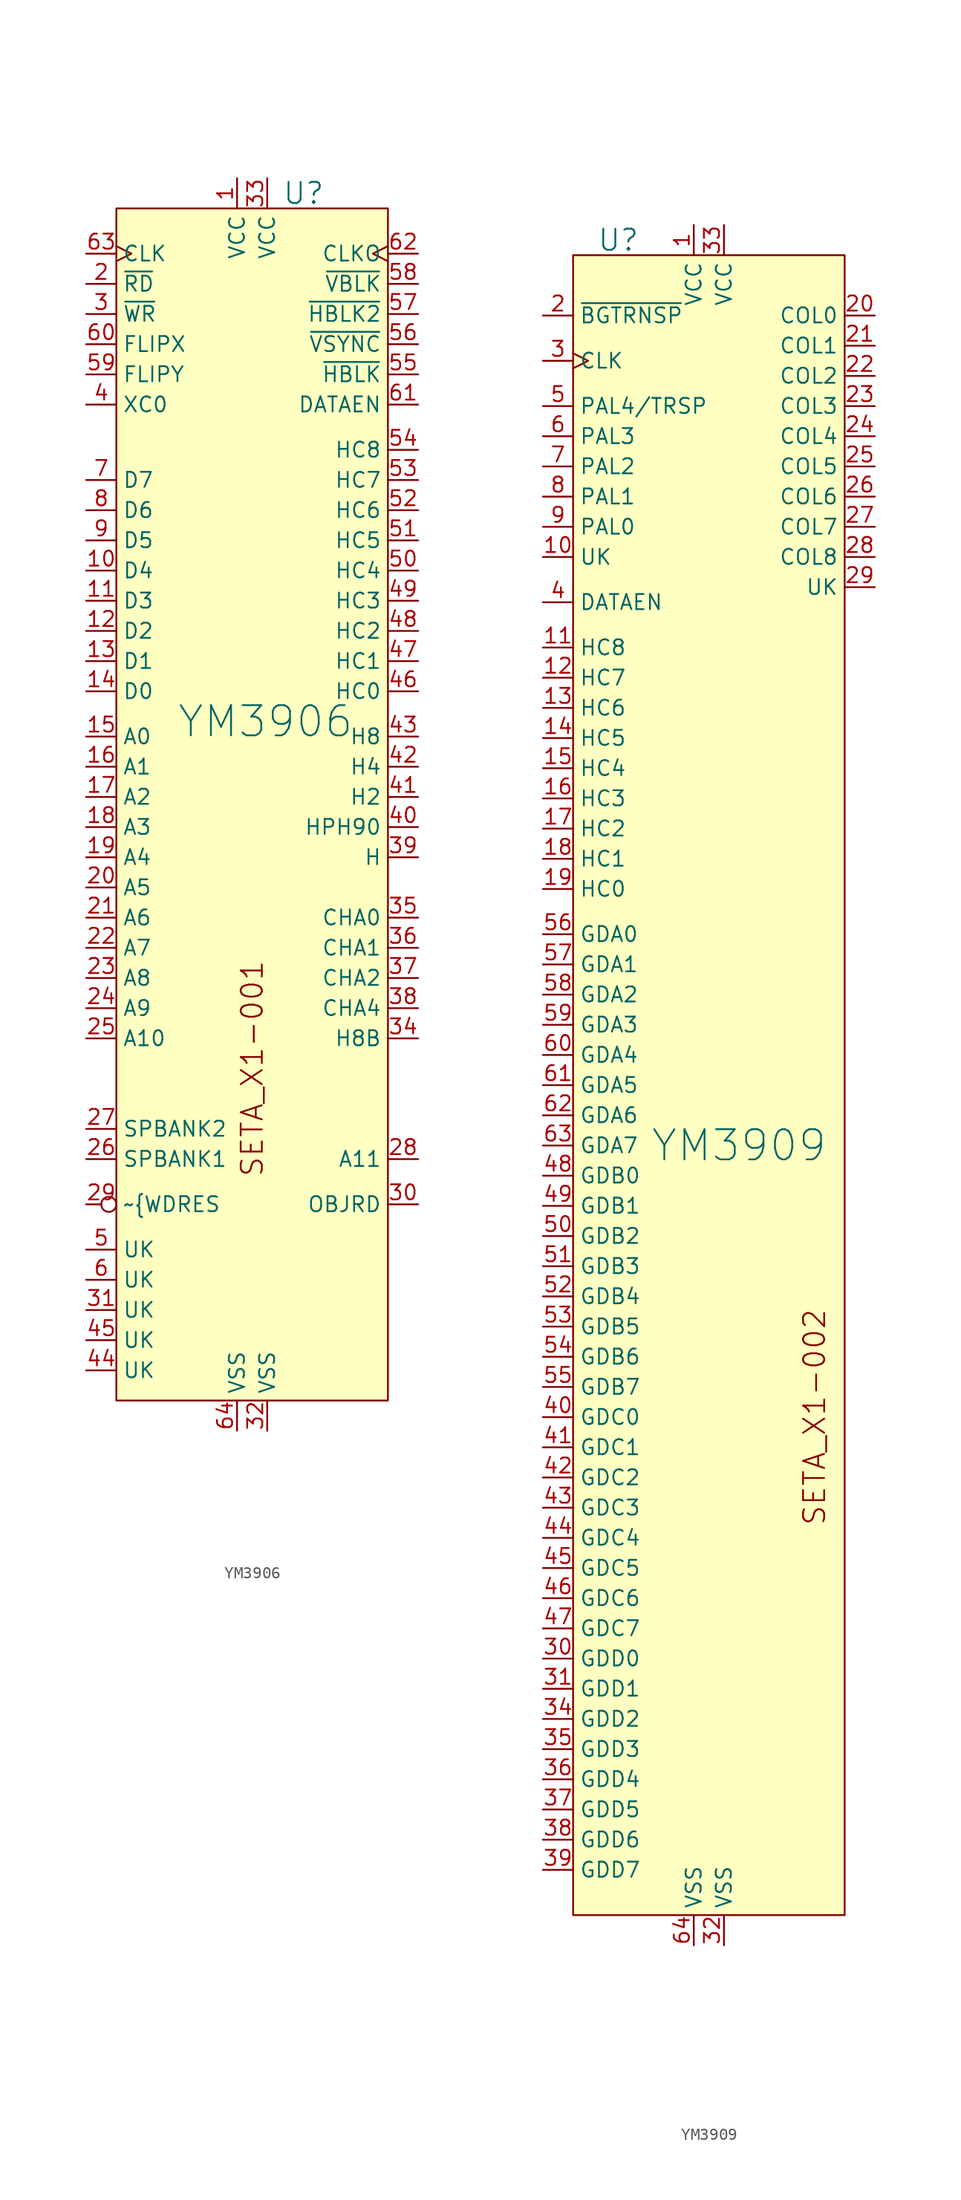
<source format=kicad_sym>
(kicad_symbol_lib
  (version 20211014)
  (generator kicad_symbol_editor)
  (symbol "YM3906"
    (property "Reference" "U"
      (at 2.54 45.72 0)
      (effects (font (size 1.778 1.778)) (justify left)))
    (property "Value" "YM3906"
      (at -6.35 1.27 0)
      (effects (font (size 2.54 2.54)) (justify left)))
    (symbol "YM3906_0_0"
      (text "SETA_X1-001" (at 0 -27.94 900) (effects (font (size 1.778 1.778)))))
    (symbol "YM3906_0_1"
      (rectangle (start -11.43 44.45) (end 11.43 -55.88) (stroke (width 0.152) (type default) (color 0 0 0 0)) (fill (type background))))
    (symbol "YM3906_1_1"
      (pin power_in line (at -1.27 46.99 270) (length 2.54) (name "VCC" (effects (font (size 1.27 1.27)))) (number "1" (effects (font (size 1.27 1.27)))))
      (pin bidirectional line (at -13.97 13.97 0) (length 2.54) (name "D4" (effects (font (size 1.27 1.27)))) (number "10" (effects (font (size 1.27 1.27)))))
      (pin bidirectional line (at -13.97 11.43 0) (length 2.54) (name "D3" (effects (font (size 1.27 1.27)))) (number "11" (effects (font (size 1.27 1.27)))))
      (pin bidirectional line (at -13.97 8.89 0) (length 2.54) (name "D2" (effects (font (size 1.27 1.27)))) (number "12" (effects (font (size 1.27 1.27)))))
      (pin bidirectional line (at -13.97 6.35 0) (length 2.54) (name "D1" (effects (font (size 1.27 1.27)))) (number "13" (effects (font (size 1.27 1.27)))))
      (pin bidirectional line (at -13.97 3.81 0) (length 2.54) (name "D0" (effects (font (size 1.27 1.27)))) (number "14" (effects (font (size 1.27 1.27)))))
      (pin input line (at -13.97 0 0) (length 2.54) (name "A0" (effects (font (size 1.27 1.27)))) (number "15" (effects (font (size 1.27 1.27)))))
      (pin input line (at -13.97 -2.54 0) (length 2.54) (name "A1" (effects (font (size 1.27 1.27)))) (number "16" (effects (font (size 1.27 1.27)))))
      (pin input line (at -13.97 -5.08 0) (length 2.54) (name "A2" (effects (font (size 1.27 1.27)))) (number "17" (effects (font (size 1.27 1.27)))))
      (pin input line (at -13.97 -7.62 0) (length 2.54) (name "A3" (effects (font (size 1.27 1.27)))) (number "18" (effects (font (size 1.27 1.27)))))
      (pin input line (at -13.97 -10.16 0) (length 2.54) (name "A4" (effects (font (size 1.27 1.27)))) (number "19" (effects (font (size 1.27 1.27)))))
      (pin input line (at -13.97 38.1 0) (length 2.54) (name "~{RD}" (effects (font (size 1.27 1.27)))) (number "2" (effects (font (size 1.27 1.27)))))
      (pin input line (at -13.97 -12.7 0) (length 2.54) (name "A5" (effects (font (size 1.27 1.27)))) (number "20" (effects (font (size 1.27 1.27)))))
      (pin input line (at -13.97 -15.24 0) (length 2.54) (name "A6" (effects (font (size 1.27 1.27)))) (number "21" (effects (font (size 1.27 1.27)))))
      (pin input line (at -13.97 -17.78 0) (length 2.54) (name "A7" (effects (font (size 1.27 1.27)))) (number "22" (effects (font (size 1.27 1.27)))))
      (pin input line (at -13.97 -20.32 0) (length 2.54) (name "A8" (effects (font (size 1.27 1.27)))) (number "23" (effects (font (size 1.27 1.27)))))
      (pin input line (at -13.97 -22.86 0) (length 2.54) (name "A9" (effects (font (size 1.27 1.27)))) (number "24" (effects (font (size 1.27 1.27)))))
      (pin input line (at -13.97 -25.4 0) (length 2.54) (name "A10" (effects (font (size 1.27 1.27)))) (number "25" (effects (font (size 1.27 1.27)))))
      (pin input line (at -13.97 -35.56 0) (length 2.54) (name "SPBANK1" (effects (font (size 1.27 1.27)))) (number "26" (effects (font (size 1.27 1.27)))))
      (pin input line (at -13.97 -33.02 0) (length 2.54) (name "SPBANK2" (effects (font (size 1.27 1.27)))) (number "27" (effects (font (size 1.27 1.27)))))
      (pin output line (at 13.97 -35.56 180) (length 2.54) (name "A11" (effects (font (size 1.27 1.27)))) (number "28" (effects (font (size 1.27 1.27)))))
      (pin input inverted (at -13.97 -39.37 0) (length 2.54) (name "~{WDRES" (effects (font (size 1.27 1.27)))) (number "29" (effects (font (size 1.27 1.27)))))
      (pin input line (at -13.97 35.56 0) (length 2.54) (name "~{WR}" (effects (font (size 1.27 1.27)))) (number "3" (effects (font (size 1.27 1.27)))))
      (pin output line (at 13.97 -39.37 180) (length 2.54) (name "OBJRD" (effects (font (size 1.27 1.27)))) (number "30" (effects (font (size 1.27 1.27)))))
      (pin input line (at -13.97 -48.26 0) (length 2.54) (name "UK" (effects (font (size 1.27 1.27)))) (number "31" (effects (font (size 1.27 1.27)))))
      (pin power_in line (at 1.27 -58.42 90) (length 2.54) (name "VSS" (effects (font (size 1.27 1.27)))) (number "32" (effects (font (size 1.27 1.27)))))
      (pin power_in line (at 1.27 46.99 270) (length 2.54) (name "VCC" (effects (font (size 1.27 1.27)))) (number "33" (effects (font (size 1.27 1.27)))))
      (pin output line (at 13.97 -25.4 180) (length 2.54) (name "H8B" (effects (font (size 1.27 1.27)))) (number "34" (effects (font (size 1.27 1.27)))))
      (pin output line (at 13.97 -15.24 180) (length 2.54) (name "CHA0" (effects (font (size 1.27 1.27)))) (number "35" (effects (font (size 1.27 1.27)))))
      (pin output line (at 13.97 -17.78 180) (length 2.54) (name "CHA1" (effects (font (size 1.27 1.27)))) (number "36" (effects (font (size 1.27 1.27)))))
      (pin output line (at 13.97 -20.32 180) (length 2.54) (name "CHA2" (effects (font (size 1.27 1.27)))) (number "37" (effects (font (size 1.27 1.27)))))
      (pin output line (at 13.97 -22.86 180) (length 2.54) (name "CHA4" (effects (font (size 1.27 1.27)))) (number "38" (effects (font (size 1.27 1.27)))))
      (pin output line (at 13.97 -10.16 180) (length 2.54) (name "H" (effects (font (size 1.27 1.27)))) (number "39" (effects (font (size 1.27 1.27)))))
      (pin input line (at -13.97 27.94 0) (length 2.54) (name "XC0" (effects (font (size 1.27 1.27)))) (number "4" (effects (font (size 1.27 1.27)))))
      (pin output line (at 13.97 -7.62 180) (length 2.54) (name "HPH90" (effects (font (size 1.27 1.27)))) (number "40" (effects (font (size 1.27 1.27)))))
      (pin output line (at 13.97 -5.08 180) (length 2.54) (name "H2" (effects (font (size 1.27 1.27)))) (number "41" (effects (font (size 1.27 1.27)))))
      (pin output line (at 13.97 -2.54 180) (length 2.54) (name "H4" (effects (font (size 1.27 1.27)))) (number "42" (effects (font (size 1.27 1.27)))))
      (pin output line (at 13.97 0 180) (length 2.54) (name "H8" (effects (font (size 1.27 1.27)))) (number "43" (effects (font (size 1.27 1.27)))))
      (pin input line (at -13.97 -53.34 0) (length 2.54) (name "UK" (effects (font (size 1.27 1.27)))) (number "44" (effects (font (size 1.27 1.27)))))
      (pin input line (at -13.97 -50.8 0) (length 2.54) (name "UK" (effects (font (size 1.27 1.27)))) (number "45" (effects (font (size 1.27 1.27)))))
      (pin output line (at 13.97 3.81 180) (length 2.54) (name "HC0" (effects (font (size 1.27 1.27)))) (number "46" (effects (font (size 1.27 1.27)))))
      (pin output line (at 13.97 6.35 180) (length 2.54) (name "HC1" (effects (font (size 1.27 1.27)))) (number "47" (effects (font (size 1.27 1.27)))))
      (pin output line (at 13.97 8.89 180) (length 2.54) (name "HC2" (effects (font (size 1.27 1.27)))) (number "48" (effects (font (size 1.27 1.27)))))
      (pin output line (at 13.97 11.43 180) (length 2.54) (name "HC3" (effects (font (size 1.27 1.27)))) (number "49" (effects (font (size 1.27 1.27)))))
      (pin input line (at -13.97 -43.18 0) (length 2.54) (name "UK" (effects (font (size 1.27 1.27)))) (number "5" (effects (font (size 1.27 1.27)))))
      (pin output line (at 13.97 13.97 180) (length 2.54) (name "HC4" (effects (font (size 1.27 1.27)))) (number "50" (effects (font (size 1.27 1.27)))))
      (pin output line (at 13.97 16.51 180) (length 2.54) (name "HC5" (effects (font (size 1.27 1.27)))) (number "51" (effects (font (size 1.27 1.27)))))
      (pin output line (at 13.97 19.05 180) (length 2.54) (name "HC6" (effects (font (size 1.27 1.27)))) (number "52" (effects (font (size 1.27 1.27)))))
      (pin output line (at 13.97 21.59 180) (length 2.54) (name "HC7" (effects (font (size 1.27 1.27)))) (number "53" (effects (font (size 1.27 1.27)))))
      (pin output line (at 13.97 24.13 180) (length 2.54) (name "HC8" (effects (font (size 1.27 1.27)))) (number "54" (effects (font (size 1.27 1.27)))))
      (pin output line (at 13.97 30.48 180) (length 2.54) (name "~{HBLK}" (effects (font (size 1.27 1.27)))) (number "55" (effects (font (size 1.27 1.27)))))
      (pin output line (at 13.97 33.02 180) (length 2.54) (name "~{VSYNC}" (effects (font (size 1.27 1.27)))) (number "56" (effects (font (size 1.27 1.27)))))
      (pin output line (at 13.97 35.56 180) (length 2.54) (name "~{HBLK2}" (effects (font (size 1.27 1.27)))) (number "57" (effects (font (size 1.27 1.27)))))
      (pin output line (at 13.97 38.1 180) (length 2.54) (name "~{VBLK}" (effects (font (size 1.27 1.27)))) (number "58" (effects (font (size 1.27 1.27)))))
      (pin input line (at -13.97 30.48 0) (length 2.54) (name "FLIPY" (effects (font (size 1.27 1.27)))) (number "59" (effects (font (size 1.27 1.27)))))
      (pin input line (at -13.97 -45.72 0) (length 2.54) (name "UK" (effects (font (size 1.27 1.27)))) (number "6" (effects (font (size 1.27 1.27)))))
      (pin input line (at -13.97 33.02 0) (length 2.54) (name "FLIPX" (effects (font (size 1.27 1.27)))) (number "60" (effects (font (size 1.27 1.27)))))
      (pin output line (at 13.97 27.94 180) (length 2.54) (name "DATAEN" (effects (font (size 1.27 1.27)))) (number "61" (effects (font (size 1.27 1.27)))))
      (pin output clock (at 13.97 40.64 180) (length 2.54) (name "CLKO" (effects (font (size 1.27 1.27)))) (number "62" (effects (font (size 1.27 1.27)))))
      (pin input clock (at -13.97 40.64 0) (length 2.54) (name "CLK" (effects (font (size 1.27 1.27)))) (number "63" (effects (font (size 1.27 1.27)))))
      (pin power_in line (at -1.27 -58.42 90) (length 2.54) (name "VSS" (effects (font (size 1.27 1.27)))) (number "64" (effects (font (size 1.27 1.27)))))
      (pin bidirectional line (at -13.97 21.59 0) (length 2.54) (name "D7" (effects (font (size 1.27 1.27)))) (number "7" (effects (font (size 1.27 1.27)))))
      (pin bidirectional line (at -13.97 19.05 0) (length 2.54) (name "D6" (effects (font (size 1.27 1.27)))) (number "8" (effects (font (size 1.27 1.27)))))
      (pin bidirectional line (at -13.97 16.51 0) (length 2.54) (name "D5" (effects (font (size 1.27 1.27)))) (number "9" (effects (font (size 1.27 1.27)))))))
  (symbol "YM3909"
    (property "Reference" "U"
      (at -7.62 69.85 0)
      (effects (font (size 1.778 1.778))))
    (property "Value" "YM3909"
      (at 2.54 -6.35 0)
      (effects (font (size 2.54 2.54))))
    (symbol "YM3909_0_0"
      (text "SETA_X1-002" (at 8.89 -29.21 900) (effects (font (size 1.778 1.778)))))
    (symbol "YM3909_0_1"
      (rectangle (start -11.43 68.58) (end 11.43 -71.12) (stroke (width 0.152) (type default) (color 0 0 0 0)) (fill (type background))))
    (symbol "YM3909_1_1"
      (pin power_in line (at -1.27 71.12 270) (length 2.54) (name "VCC" (effects (font (size 1.27 1.27)))) (number "1" (effects (font (size 1.27 1.27)))))
      (pin input line (at -13.97 43.18 0) (length 2.54) (name "UK" (effects (font (size 1.27 1.27)))) (number "10" (effects (font (size 1.27 1.27)))))
      (pin input line (at -13.97 35.56 0) (length 2.54) (name "HC8" (effects (font (size 1.27 1.27)))) (number "11" (effects (font (size 1.27 1.27)))))
      (pin input line (at -13.97 33.02 0) (length 2.54) (name "HC7" (effects (font (size 1.27 1.27)))) (number "12" (effects (font (size 1.27 1.27)))))
      (pin input line (at -13.97 30.48 0) (length 2.54) (name "HC6" (effects (font (size 1.27 1.27)))) (number "13" (effects (font (size 1.27 1.27)))))
      (pin input line (at -13.97 27.94 0) (length 2.54) (name "HC5" (effects (font (size 1.27 1.27)))) (number "14" (effects (font (size 1.27 1.27)))))
      (pin input line (at -13.97 25.4 0) (length 2.54) (name "HC4" (effects (font (size 1.27 1.27)))) (number "15" (effects (font (size 1.27 1.27)))))
      (pin input line (at -13.97 22.86 0) (length 2.54) (name "HC3" (effects (font (size 1.27 1.27)))) (number "16" (effects (font (size 1.27 1.27)))))
      (pin input line (at -13.97 20.32 0) (length 2.54) (name "HC2" (effects (font (size 1.27 1.27)))) (number "17" (effects (font (size 1.27 1.27)))))
      (pin input line (at -13.97 17.78 0) (length 2.54) (name "HC1" (effects (font (size 1.27 1.27)))) (number "18" (effects (font (size 1.27 1.27)))))
      (pin input line (at -13.97 15.24 0) (length 2.54) (name "HC0" (effects (font (size 1.27 1.27)))) (number "19" (effects (font (size 1.27 1.27)))))
      (pin input line (at -13.97 63.5 0) (length 2.54) (name "~{BGTRNSP}" (effects (font (size 1.27 1.27)))) (number "2" (effects (font (size 1.27 1.27)))))
      (pin output line (at 13.97 63.5 180) (length 2.54) (name "COL0" (effects (font (size 1.27 1.27)))) (number "20" (effects (font (size 1.27 1.27)))))
      (pin output line (at 13.97 60.96 180) (length 2.54) (name "COL1" (effects (font (size 1.27 1.27)))) (number "21" (effects (font (size 1.27 1.27)))))
      (pin output line (at 13.97 58.42 180) (length 2.54) (name "COL2" (effects (font (size 1.27 1.27)))) (number "22" (effects (font (size 1.27 1.27)))))
      (pin output line (at 13.97 55.88 180) (length 2.54) (name "COL3" (effects (font (size 1.27 1.27)))) (number "23" (effects (font (size 1.27 1.27)))))
      (pin output line (at 13.97 53.34 180) (length 2.54) (name "COL4" (effects (font (size 1.27 1.27)))) (number "24" (effects (font (size 1.27 1.27)))))
      (pin output line (at 13.97 50.8 180) (length 2.54) (name "COL5" (effects (font (size 1.27 1.27)))) (number "25" (effects (font (size 1.27 1.27)))))
      (pin output line (at 13.97 48.26 180) (length 2.54) (name "COL6" (effects (font (size 1.27 1.27)))) (number "26" (effects (font (size 1.27 1.27)))))
      (pin output line (at 13.97 45.72 180) (length 2.54) (name "COL7" (effects (font (size 1.27 1.27)))) (number "27" (effects (font (size 1.27 1.27)))))
      (pin output line (at 13.97 43.18 180) (length 2.54) (name "COL8" (effects (font (size 1.27 1.27)))) (number "28" (effects (font (size 1.27 1.27)))))
      (pin output line (at 13.97 40.64 180) (length 2.54) (name "UK" (effects (font (size 1.27 1.27)))) (number "29" (effects (font (size 1.27 1.27)))))
      (pin input clock (at -13.97 59.69 0) (length 2.54) (name "CLK" (effects (font (size 1.27 1.27)))) (number "3" (effects (font (size 1.27 1.27)))))
      (pin input line (at -13.97 -49.53 0) (length 2.54) (name "GDD0" (effects (font (size 1.27 1.27)))) (number "30" (effects (font (size 1.27 1.27)))))
      (pin input line (at -13.97 -52.07 0) (length 2.54) (name "GDD1" (effects (font (size 1.27 1.27)))) (number "31" (effects (font (size 1.27 1.27)))))
      (pin power_in line (at 1.27 -73.66 90) (length 2.54) (name "VSS" (effects (font (size 1.27 1.27)))) (number "32" (effects (font (size 1.27 1.27)))))
      (pin power_in line (at 1.27 71.12 270) (length 2.54) (name "VCC" (effects (font (size 1.27 1.27)))) (number "33" (effects (font (size 1.27 1.27)))))
      (pin input line (at -13.97 -54.61 0) (length 2.54) (name "GDD2" (effects (font (size 1.27 1.27)))) (number "34" (effects (font (size 1.27 1.27)))))
      (pin input line (at -13.97 -57.15 0) (length 2.54) (name "GDD3" (effects (font (size 1.27 1.27)))) (number "35" (effects (font (size 1.27 1.27)))))
      (pin input line (at -13.97 -59.69 0) (length 2.54) (name "GDD4" (effects (font (size 1.27 1.27)))) (number "36" (effects (font (size 1.27 1.27)))))
      (pin input line (at -13.97 -62.23 0) (length 2.54) (name "GDD5" (effects (font (size 1.27 1.27)))) (number "37" (effects (font (size 1.27 1.27)))))
      (pin input line (at -13.97 -64.77 0) (length 2.54) (name "GDD6" (effects (font (size 1.27 1.27)))) (number "38" (effects (font (size 1.27 1.27)))))
      (pin input line (at -13.97 -67.31 0) (length 2.54) (name "GDD7" (effects (font (size 1.27 1.27)))) (number "39" (effects (font (size 1.27 1.27)))))
      (pin input line (at -13.97 39.37 0) (length 2.54) (name "DATAEN" (effects (font (size 1.27 1.27)))) (number "4" (effects (font (size 1.27 1.27)))))
      (pin input line (at -13.97 -29.21 0) (length 2.54) (name "GDC0" (effects (font (size 1.27 1.27)))) (number "40" (effects (font (size 1.27 1.27)))))
      (pin input line (at -13.97 -31.75 0) (length 2.54) (name "GDC1" (effects (font (size 1.27 1.27)))) (number "41" (effects (font (size 1.27 1.27)))))
      (pin input line (at -13.97 -34.29 0) (length 2.54) (name "GDC2" (effects (font (size 1.27 1.27)))) (number "42" (effects (font (size 1.27 1.27)))))
      (pin input line (at -13.97 -36.83 0) (length 2.54) (name "GDC3" (effects (font (size 1.27 1.27)))) (number "43" (effects (font (size 1.27 1.27)))))
      (pin input line (at -13.97 -39.37 0) (length 2.54) (name "GDC4" (effects (font (size 1.27 1.27)))) (number "44" (effects (font (size 1.27 1.27)))))
      (pin input line (at -13.97 -41.91 0) (length 2.54) (name "GDC5" (effects (font (size 1.27 1.27)))) (number "45" (effects (font (size 1.27 1.27)))))
      (pin input line (at -13.97 -44.45 0) (length 2.54) (name "GDC6" (effects (font (size 1.27 1.27)))) (number "46" (effects (font (size 1.27 1.27)))))
      (pin input line (at -13.97 -46.99 0) (length 2.54) (name "GDC7" (effects (font (size 1.27 1.27)))) (number "47" (effects (font (size 1.27 1.27)))))
      (pin input line (at -13.97 -8.89 0) (length 2.54) (name "GDB0" (effects (font (size 1.27 1.27)))) (number "48" (effects (font (size 1.27 1.27)))))
      (pin input line (at -13.97 -11.43 0) (length 2.54) (name "GDB1" (effects (font (size 1.27 1.27)))) (number "49" (effects (font (size 1.27 1.27)))))
      (pin input line (at -13.97 55.88 0) (length 2.54) (name "PAL4/TRSP" (effects (font (size 1.27 1.27)))) (number "5" (effects (font (size 1.27 1.27)))))
      (pin input line (at -13.97 -13.97 0) (length 2.54) (name "GDB2" (effects (font (size 1.27 1.27)))) (number "50" (effects (font (size 1.27 1.27)))))
      (pin input line (at -13.97 -16.51 0) (length 2.54) (name "GDB3" (effects (font (size 1.27 1.27)))) (number "51" (effects (font (size 1.27 1.27)))))
      (pin input line (at -13.97 -19.05 0) (length 2.54) (name "GDB4" (effects (font (size 1.27 1.27)))) (number "52" (effects (font (size 1.27 1.27)))))
      (pin input line (at -13.97 -21.59 0) (length 2.54) (name "GDB5" (effects (font (size 1.27 1.27)))) (number "53" (effects (font (size 1.27 1.27)))))
      (pin input line (at -13.97 -24.13 0) (length 2.54) (name "GDB6" (effects (font (size 1.27 1.27)))) (number "54" (effects (font (size 1.27 1.27)))))
      (pin input line (at -13.97 -26.67 0) (length 2.54) (name "GDB7" (effects (font (size 1.27 1.27)))) (number "55" (effects (font (size 1.27 1.27)))))
      (pin input line (at -13.97 11.43 0) (length 2.54) (name "GDA0" (effects (font (size 1.27 1.27)))) (number "56" (effects (font (size 1.27 1.27)))))
      (pin input line (at -13.97 8.89 0) (length 2.54) (name "GDA1" (effects (font (size 1.27 1.27)))) (number "57" (effects (font (size 1.27 1.27)))))
      (pin input line (at -13.97 6.35 0) (length 2.54) (name "GDA2" (effects (font (size 1.27 1.27)))) (number "58" (effects (font (size 1.27 1.27)))))
      (pin input line (at -13.97 3.81 0) (length 2.54) (name "GDA3" (effects (font (size 1.27 1.27)))) (number "59" (effects (font (size 1.27 1.27)))))
      (pin input line (at -13.97 53.34 0) (length 2.54) (name "PAL3" (effects (font (size 1.27 1.27)))) (number "6" (effects (font (size 1.27 1.27)))))
      (pin input line (at -13.97 1.27 0) (length 2.54) (name "GDA4" (effects (font (size 1.27 1.27)))) (number "60" (effects (font (size 1.27 1.27)))))
      (pin input line (at -13.97 -1.27 0) (length 2.54) (name "GDA5" (effects (font (size 1.27 1.27)))) (number "61" (effects (font (size 1.27 1.27)))))
      (pin input line (at -13.97 -3.81 0) (length 2.54) (name "GDA6" (effects (font (size 1.27 1.27)))) (number "62" (effects (font (size 1.27 1.27)))))
      (pin input line (at -13.97 -6.35 0) (length 2.54) (name "GDA7" (effects (font (size 1.27 1.27)))) (number "63" (effects (font (size 1.27 1.27)))))
      (pin power_in line (at -1.27 -73.66 90) (length 2.54) (name "VSS" (effects (font (size 1.27 1.27)))) (number "64" (effects (font (size 1.27 1.27)))))
      (pin input line (at -13.97 50.8 0) (length 2.54) (name "PAL2" (effects (font (size 1.27 1.27)))) (number "7" (effects (font (size 1.27 1.27)))))
      (pin input line (at -13.97 48.26 0) (length 2.54) (name "PAL1" (effects (font (size 1.27 1.27)))) (number "8" (effects (font (size 1.27 1.27)))))
      (pin input line (at -13.97 45.72 0) (length 2.54) (name "PAL0" (effects (font (size 1.27 1.27)))) (number "9" (effects (font (size 1.27 1.27))))))))
</source>
